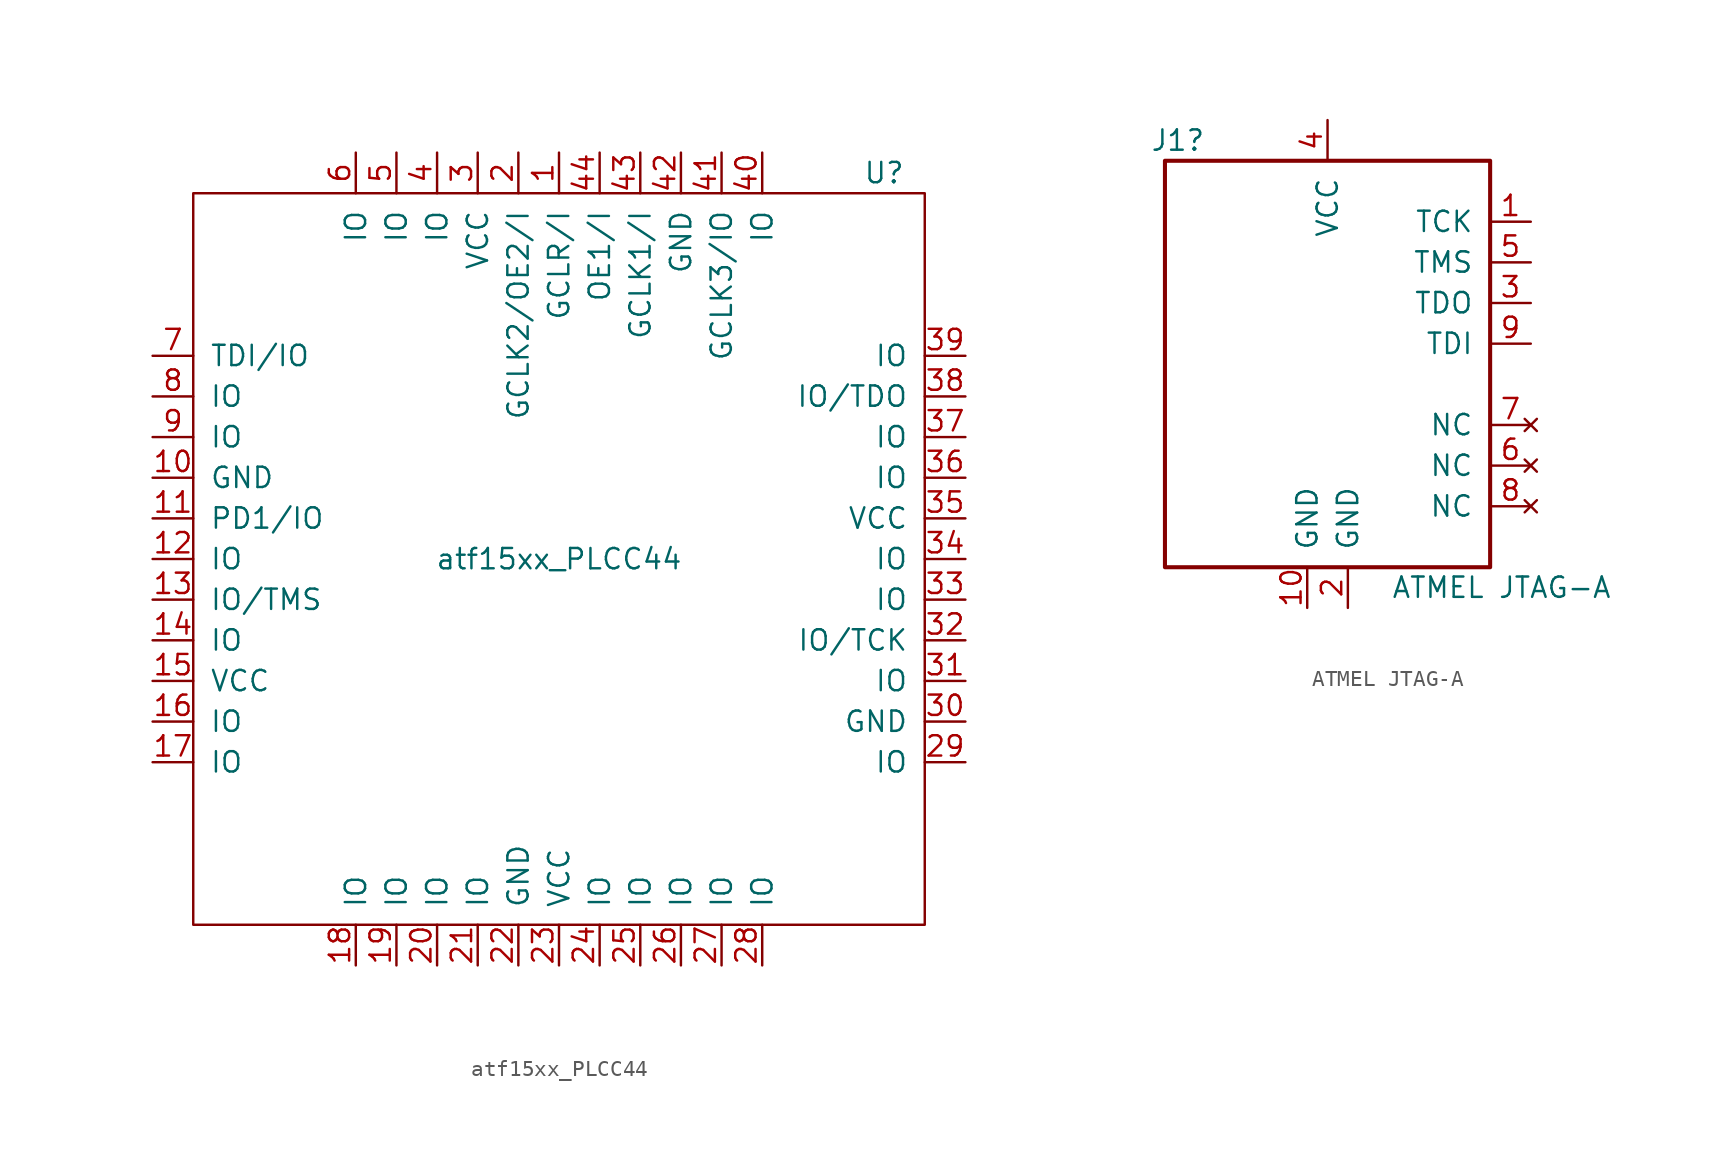
<source format=kicad_sym>
(kicad_symbol_lib
  (version 20211014)
  (generator kicad_symbol_editor)
  (symbol "atf15xx_PLCC44"
    (pin_names
      (offset 1.016))
    (property "Reference" "U"
      (at 20.32 24.13 0)
      (effects (font (size 1.27 1.27))))
    (property "Value" "atf15xx_PLCC44"
      (at 0 0 0)
      (effects (font (size 1.27 1.27))))
    (symbol "atf15xx_PLCC44_0_1"
      (rectangle (start -22.86 22.86) (end 22.86 -22.86) (stroke (width 0) (type default) (color 0 0 0 0)) (fill (type none))))
    (symbol "atf15xx_PLCC44_1_1"
      (pin input line (at 0 25.4 270) (length 2.54) (name "GCLR/I" (effects (font (size 1.27 1.27)))) (number "1" (effects (font (size 1.27 1.27)))))
      (pin power_in line (at -25.4 5.08 0) (length 2.54) (name "GND" (effects (font (size 1.27 1.27)))) (number "10" (effects (font (size 1.27 1.27)))))
      (pin bidirectional line (at -25.4 2.54 0) (length 2.54) (name "PD1/IO" (effects (font (size 1.27 1.27)))) (number "11" (effects (font (size 1.27 1.27)))))
      (pin bidirectional line (at -25.4 0 0) (length 2.54) (name "IO" (effects (font (size 1.27 1.27)))) (number "12" (effects (font (size 1.27 1.27)))))
      (pin bidirectional line (at -25.4 -2.54 0) (length 2.54) (name "IO/TMS" (effects (font (size 1.27 1.27)))) (number "13" (effects (font (size 1.27 1.27)))))
      (pin bidirectional line (at -25.4 -5.08 0) (length 2.54) (name "IO" (effects (font (size 1.27 1.27)))) (number "14" (effects (font (size 1.27 1.27)))))
      (pin power_in line (at -25.4 -7.62 0) (length 2.54) (name "VCC" (effects (font (size 1.27 1.27)))) (number "15" (effects (font (size 1.27 1.27)))))
      (pin bidirectional line (at -25.4 -10.16 0) (length 2.54) (name "IO" (effects (font (size 1.27 1.27)))) (number "16" (effects (font (size 1.27 1.27)))))
      (pin bidirectional line (at -25.4 -12.7 0) (length 2.54) (name "IO" (effects (font (size 1.27 1.27)))) (number "17" (effects (font (size 1.27 1.27)))))
      (pin bidirectional line (at -12.7 -25.4 90) (length 2.54) (name "IO" (effects (font (size 1.27 1.27)))) (number "18" (effects (font (size 1.27 1.27)))))
      (pin bidirectional line (at -10.16 -25.4 90) (length 2.54) (name "IO" (effects (font (size 1.27 1.27)))) (number "19" (effects (font (size 1.27 1.27)))))
      (pin input line (at -2.54 25.4 270) (length 2.54) (name "GCLK2/OE2/I" (effects (font (size 1.27 1.27)))) (number "2" (effects (font (size 1.27 1.27)))))
      (pin bidirectional line (at -7.62 -25.4 90) (length 2.54) (name "IO" (effects (font (size 1.27 1.27)))) (number "20" (effects (font (size 1.27 1.27)))))
      (pin bidirectional line (at -5.08 -25.4 90) (length 2.54) (name "IO" (effects (font (size 1.27 1.27)))) (number "21" (effects (font (size 1.27 1.27)))))
      (pin power_in line (at -2.54 -25.4 90) (length 2.54) (name "GND" (effects (font (size 1.27 1.27)))) (number "22" (effects (font (size 1.27 1.27)))))
      (pin power_in line (at 0 -25.4 90) (length 2.54) (name "VCC" (effects (font (size 1.27 1.27)))) (number "23" (effects (font (size 1.27 1.27)))))
      (pin bidirectional line (at 2.54 -25.4 90) (length 2.54) (name "IO" (effects (font (size 1.27 1.27)))) (number "24" (effects (font (size 1.27 1.27)))))
      (pin bidirectional line (at 5.08 -25.4 90) (length 2.54) (name "IO" (effects (font (size 1.27 1.27)))) (number "25" (effects (font (size 1.27 1.27)))))
      (pin bidirectional line (at 7.62 -25.4 90) (length 2.54) (name "IO" (effects (font (size 1.27 1.27)))) (number "26" (effects (font (size 1.27 1.27)))))
      (pin bidirectional line (at 10.16 -25.4 90) (length 2.54) (name "IO" (effects (font (size 1.27 1.27)))) (number "27" (effects (font (size 1.27 1.27)))))
      (pin bidirectional line (at 12.7 -25.4 90) (length 2.54) (name "IO" (effects (font (size 1.27 1.27)))) (number "28" (effects (font (size 1.27 1.27)))))
      (pin bidirectional line (at 25.4 -12.7 180) (length 2.54) (name "IO" (effects (font (size 1.27 1.27)))) (number "29" (effects (font (size 1.27 1.27)))))
      (pin power_in line (at -5.08 25.4 270) (length 2.54) (name "VCC" (effects (font (size 1.27 1.27)))) (number "3" (effects (font (size 1.27 1.27)))))
      (pin power_in line (at 25.4 -10.16 180) (length 2.54) (name "GND" (effects (font (size 1.27 1.27)))) (number "30" (effects (font (size 1.27 1.27)))))
      (pin bidirectional line (at 25.4 -7.62 180) (length 2.54) (name "IO" (effects (font (size 1.27 1.27)))) (number "31" (effects (font (size 1.27 1.27)))))
      (pin bidirectional line (at 25.4 -5.08 180) (length 2.54) (name "IO/TCK" (effects (font (size 1.27 1.27)))) (number "32" (effects (font (size 1.27 1.27)))))
      (pin bidirectional line (at 25.4 -2.54 180) (length 2.54) (name "IO" (effects (font (size 1.27 1.27)))) (number "33" (effects (font (size 1.27 1.27)))))
      (pin bidirectional line (at 25.4 0 180) (length 2.54) (name "IO" (effects (font (size 1.27 1.27)))) (number "34" (effects (font (size 1.27 1.27)))))
      (pin power_in line (at 25.4 2.54 180) (length 2.54) (name "VCC" (effects (font (size 1.27 1.27)))) (number "35" (effects (font (size 1.27 1.27)))))
      (pin bidirectional line (at 25.4 5.08 180) (length 2.54) (name "IO" (effects (font (size 1.27 1.27)))) (number "36" (effects (font (size 1.27 1.27)))))
      (pin bidirectional line (at 25.4 7.62 180) (length 2.54) (name "IO" (effects (font (size 1.27 1.27)))) (number "37" (effects (font (size 1.27 1.27)))))
      (pin bidirectional line (at 25.4 10.16 180) (length 2.54) (name "IO/TDO" (effects (font (size 1.27 1.27)))) (number "38" (effects (font (size 1.27 1.27)))))
      (pin bidirectional line (at 25.4 12.7 180) (length 2.54) (name "IO" (effects (font (size 1.27 1.27)))) (number "39" (effects (font (size 1.27 1.27)))))
      (pin bidirectional line (at -7.62 25.4 270) (length 2.54) (name "IO" (effects (font (size 1.27 1.27)))) (number "4" (effects (font (size 1.27 1.27)))))
      (pin bidirectional line (at 12.7 25.4 270) (length 2.54) (name "IO" (effects (font (size 1.27 1.27)))) (number "40" (effects (font (size 1.27 1.27)))))
      (pin bidirectional line (at 10.16 25.4 270) (length 2.54) (name "GCLK3/IO" (effects (font (size 1.27 1.27)))) (number "41" (effects (font (size 1.27 1.27)))))
      (pin power_in line (at 7.62 25.4 270) (length 2.54) (name "GND" (effects (font (size 1.27 1.27)))) (number "42" (effects (font (size 1.27 1.27)))))
      (pin input line (at 5.08 25.4 270) (length 2.54) (name "GCLK1/I" (effects (font (size 1.27 1.27)))) (number "43" (effects (font (size 1.27 1.27)))))
      (pin bidirectional line (at 2.54 25.4 270) (length 2.54) (name "OE1/I" (effects (font (size 1.27 1.27)))) (number "44" (effects (font (size 1.27 1.27)))))
      (pin bidirectional line (at -10.16 25.4 270) (length 2.54) (name "IO" (effects (font (size 1.27 1.27)))) (number "5" (effects (font (size 1.27 1.27)))))
      (pin bidirectional line (at -12.7 25.4 270) (length 2.54) (name "IO" (effects (font (size 1.27 1.27)))) (number "6" (effects (font (size 1.27 1.27)))))
      (pin bidirectional line (at -25.4 12.7 0) (length 2.54) (name "TDI/IO" (effects (font (size 1.27 1.27)))) (number "7" (effects (font (size 1.27 1.27)))))
      (pin bidirectional line (at -25.4 10.16 0) (length 2.54) (name "IO" (effects (font (size 1.27 1.27)))) (number "8" (effects (font (size 1.27 1.27)))))
      (pin bidirectional line (at -25.4 7.62 0) (length 2.54) (name "IO" (effects (font (size 1.27 1.27)))) (number "9" (effects (font (size 1.27 1.27)))))))
  (symbol "ATMEL JTAG-A"
    (pin_names
      (offset 1.016))
    (property "Reference" "J1"
      (at -7.62 13.97 0)
      (effects (font (size 1.27 1.27)) (justify right)))
    (property "Value" "ATMEL JTAG-A"
      (at 17.78 -13.97 0)
      (effects (font (size 1.27 1.27)) (justify right)))
    (symbol "ATMEL JTAG-A_0_1"
      (rectangle (start 10.16 12.7) (end -10.16 -12.7) (stroke (width 0.254) (type default) (color 0 0 0 0)) (fill (type none))))
    (symbol "ATMEL JTAG-A_1_1"
      (pin passive line (at 12.7 8.89 180) (length 2.54) (name "TCK" (effects (font (size 1.27 1.27)))) (number "1" (effects (font (size 1.27 1.27)))))
      (pin power_in line (at -1.27 -15.24 90) (length 2.54) (name "GND" (effects (font (size 1.27 1.27)))) (number "10" (effects (font (size 1.27 1.27)))))
      (pin power_in line (at 1.27 -15.24 90) (length 2.54) (name "GND" (effects (font (size 1.27 1.27)))) (number "2" (effects (font (size 1.27 1.27)))))
      (pin passive line (at 12.7 3.81 180) (length 2.54) (name "TDO" (effects (font (size 1.27 1.27)))) (number "3" (effects (font (size 1.27 1.27)))))
      (pin power_in line (at 0 15.24 270) (length 2.54) (name "VCC" (effects (font (size 1.27 1.27)))) (number "4" (effects (font (size 1.27 1.27)))))
      (pin passive line (at 12.7 6.35 180) (length 2.54) (name "TMS" (effects (font (size 1.27 1.27)))) (number "5" (effects (font (size 1.27 1.27)))))
      (pin no_connect line (at 12.7 -6.35 180) (length 2.54) (name "NC" (effects (font (size 1.27 1.27)))) (number "6" (effects (font (size 1.27 1.27)))))
      (pin no_connect line (at 12.7 -3.81 180) (length 2.54) (name "NC" (effects (font (size 1.27 1.27)))) (number "7" (effects (font (size 1.27 1.27)))))
      (pin no_connect line (at 12.7 -8.89 180) (length 2.54) (name "NC" (effects (font (size 1.27 1.27)))) (number "8" (effects (font (size 1.27 1.27)))))
      (pin passive line (at 12.7 1.27 180) (length 2.54) (name "TDI" (effects (font (size 1.27 1.27)))) (number "9" (effects (font (size 1.27 1.27))))))))
</source>
